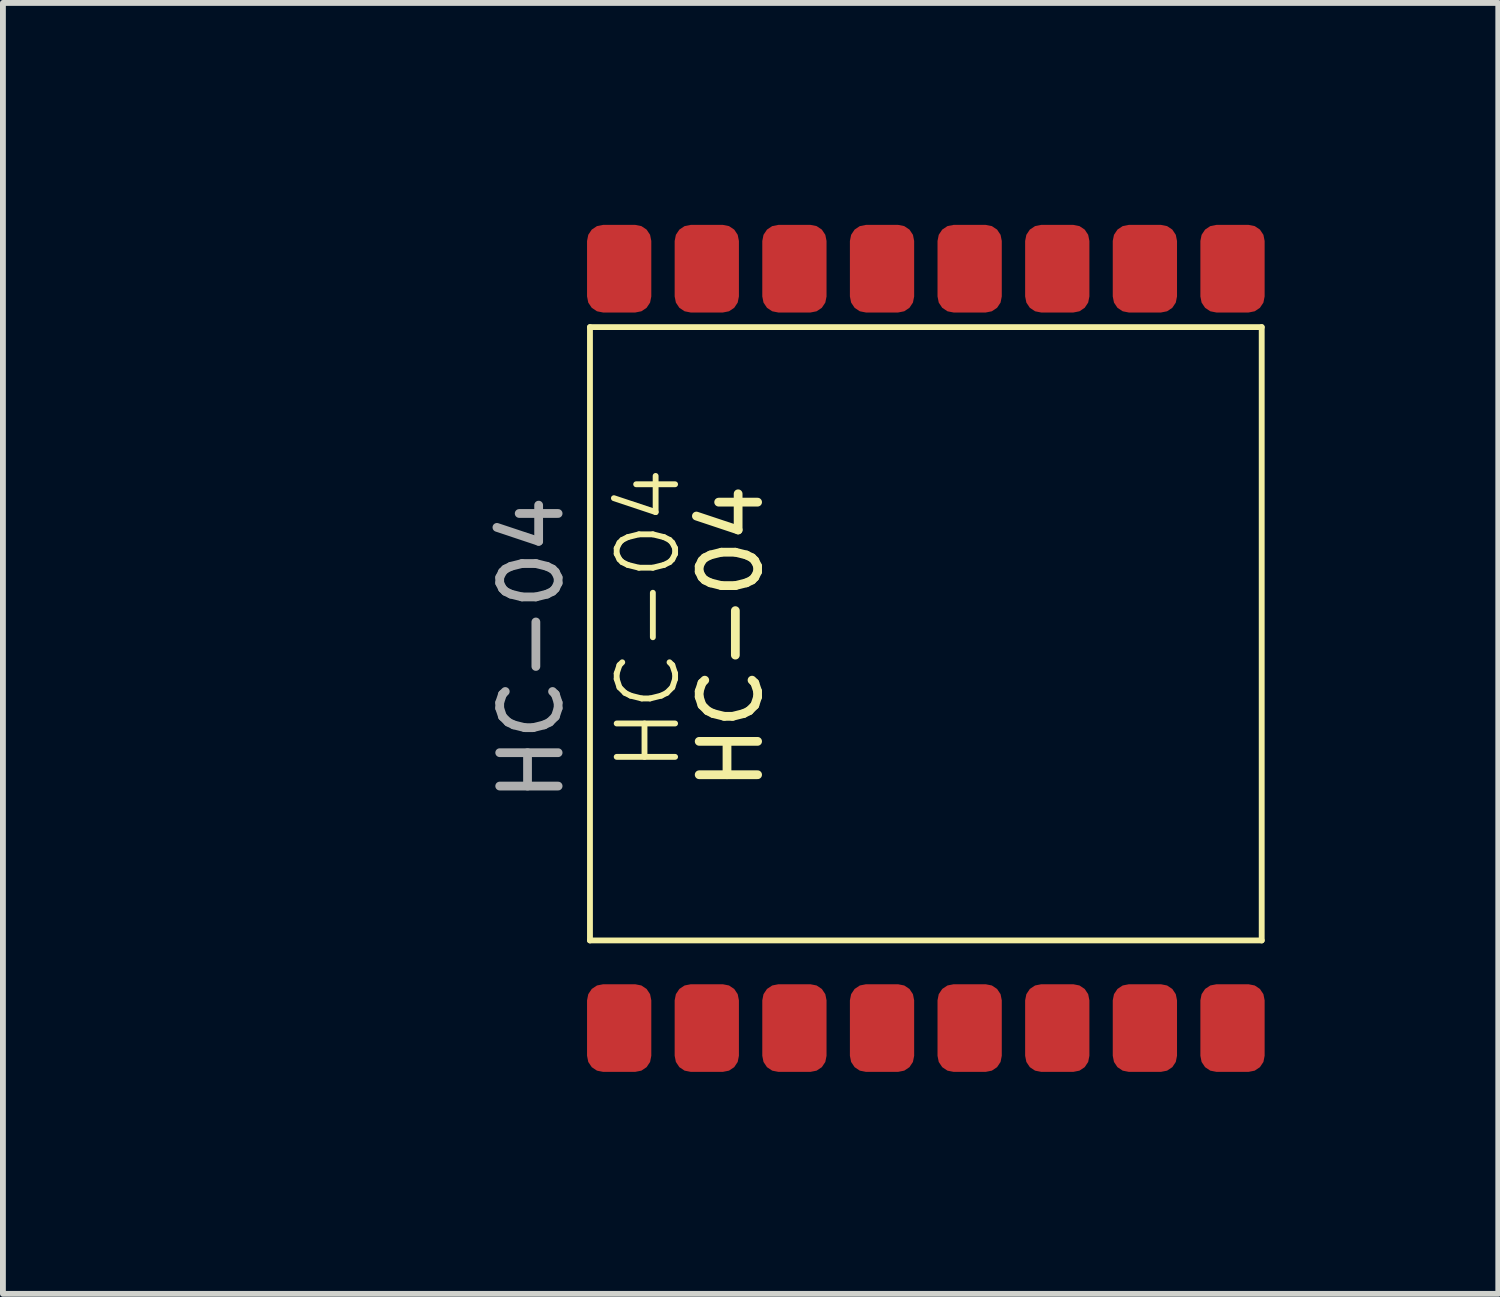
<source format=kicad_pcb>
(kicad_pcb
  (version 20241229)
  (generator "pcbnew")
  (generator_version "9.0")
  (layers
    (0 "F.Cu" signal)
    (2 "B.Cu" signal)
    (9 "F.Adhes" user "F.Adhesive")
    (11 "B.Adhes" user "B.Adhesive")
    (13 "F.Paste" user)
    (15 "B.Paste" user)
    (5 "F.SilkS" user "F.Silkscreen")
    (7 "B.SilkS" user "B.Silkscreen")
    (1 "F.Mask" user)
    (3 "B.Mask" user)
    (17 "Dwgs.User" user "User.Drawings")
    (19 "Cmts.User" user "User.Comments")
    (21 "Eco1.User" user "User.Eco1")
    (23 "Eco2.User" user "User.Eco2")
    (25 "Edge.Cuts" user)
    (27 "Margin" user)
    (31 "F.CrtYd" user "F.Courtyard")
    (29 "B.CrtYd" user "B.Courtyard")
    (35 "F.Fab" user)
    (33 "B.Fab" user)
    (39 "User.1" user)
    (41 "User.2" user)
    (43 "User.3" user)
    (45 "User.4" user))
  (footprint "HC-04"
    (layer "F.Cu")
    (at 0.55 14.55)
    (property "Reference" "HC-04" (at 7.5 -7 90) (unlocked yes) (layer "F.SilkS") (effects (font (size 1 1) (thickness 0.1))))
    (attr smd)
    (fp_line (start 6.5 -12) (end 6.5 -1.5) (stroke (width 0.1) (type default)) (layer "F.SilkS"))
    (fp_line (start 6.5 -12) (end 18 -12) (stroke (width 0.1) (type default)) (layer "F.SilkS"))
    (fp_line (start 6.5 -1.5) (end 18 -1.5) (stroke (width 0.1) (type default)) (layer "F.SilkS"))
    (fp_line (start 18 -12) (end 18 -1.5) (stroke (width 0.1) (type default)) (layer "F.SilkS"))
    (fp_line (start 0 0) (end 0 -13) (stroke (width 0.1) (type default)) (layer "Eco2.User"))
    (fp_line (start 0 0) (end 7 0) (stroke (width 0.1) (type default)) (layer "Eco2.User"))
    (fp_line (start 7 -13) (end 0 -13) (stroke (width 0.1) (type default)) (layer "Eco2.User"))
    (fp_line (start 18.5 -13) (end 18.5 0) (stroke (width 0.1) (type default)) (layer "Eco2.User"))
    (fp_line (start -0.5 -14.5) (end -0.5 1.5) (stroke (width 0.1) (type default)) (layer "Margin"))
    (fp_line (start -0.5 1.5) (end 6.5 1.5) (stroke (width 0.1) (type default)) (layer "Margin"))
    (fp_line (start 6.5 -14.5) (end -0.5 -14.5) (stroke (width 0.1) (type default)) (layer "Margin"))
    (fp_line (start 6.5 -14.5) (end 19 -14.5) (stroke (width 0.1) (type default)) (layer "Margin"))
    (fp_line (start 19 -14.5) (end 19 1.5) (stroke (width 0.1) (type default)) (layer "Margin"))
    (fp_line (start 19 1.5) (end 6.5 1.5) (stroke (width 0.1) (type default)) (layer "Margin"))
    (fp_text user "HC-04" (at 9.5 -4 90) (unlocked yes) (layer "F.SilkS") (effects (font (size 1 1) (thickness 0.15)) (justify left bottom)))
    (fp_text user "${REFERENCE}" (at 5.5 -6.5 90) (unlocked yes) (layer "F.Fab") (effects (font (size 1 1) (thickness 0.15))))
    (pad "1" smd roundrect (at 7 0 90) (size 1.5 1.1) (layers "F.Cu" "F.Mask" "F.Paste") (roundrect_rratio 0.25))
    (pad "2" smd roundrect (at 8.5 0 90) (size 1.5 1.1) (layers "F.Cu" "F.Mask" "F.Paste") (roundrect_rratio 0.25))
    (pad "3" smd roundrect (at 10 0 90) (size 1.5 1.1) (layers "F.Cu" "F.Mask" "F.Paste") (roundrect_rratio 0.25))
    (pad "4" smd roundrect (at 11.5 0 90) (size 1.5 1.1) (layers "F.Cu" "F.Mask" "F.Paste") (roundrect_rratio 0.25))
    (pad "5" smd roundrect (at 13 0 90) (size 1.5 1.1) (layers "F.Cu" "F.Mask" "F.Paste") (roundrect_rratio 0.25))
    (pad "6" smd roundrect (at 14.5 0 90) (size 1.5 1.1) (layers "F.Cu" "F.Mask" "F.Paste") (roundrect_rratio 0.25))
    (pad "7" smd roundrect (at 16 0 90) (size 1.5 1.1) (layers "F.Cu" "F.Mask" "F.Paste") (roundrect_rratio 0.25))
    (pad "8" smd roundrect (at 17.5 0 90) (size 1.5 1.1) (layers "F.Cu" "F.Mask" "F.Paste") (roundrect_rratio 0.25))
    (pad "9" smd roundrect (at 17.5 -13 90) (size 1.5 1.1) (layers "F.Cu" "F.Mask" "F.Paste") (roundrect_rratio 0.25))
    (pad "10" smd roundrect (at 16 -13 90) (size 1.5 1.1) (layers "F.Cu" "F.Mask" "F.Paste") (roundrect_rratio 0.25))
    (pad "11" smd roundrect (at 14.5 -13 90) (size 1.5 1.1) (layers "F.Cu" "F.Mask" "F.Paste") (roundrect_rratio 0.25))
    (pad "12" smd roundrect (at 13 -13 90) (size 1.5 1.1) (layers "F.Cu" "F.Mask" "F.Paste") (roundrect_rratio 0.25))
    (pad "13" smd roundrect (at 11.5 -13 90) (size 1.5 1.1) (layers "F.Cu" "F.Mask" "F.Paste") (roundrect_rratio 0.25))
    (pad "14" smd roundrect (at 10 -13 90) (size 1.5 1.1) (layers "F.Cu" "F.Mask" "F.Paste") (roundrect_rratio 0.25))
    (pad "15" smd roundrect (at 8.5 -13 90) (size 1.5 1.1) (layers "F.Cu" "F.Mask" "F.Paste") (roundrect_rratio 0.25))
    (pad "16" smd roundrect (at 7 -13 90) (size 1.5 1.1) (layers "F.Cu" "F.Mask" "F.Paste") (roundrect_rratio 0.25)))
  (gr_rect
    (start -3 -3)
    (end 22.6 19.1)
    (stroke (width 0.1) (type default))
    (fill no)
    (layer "Edge.Cuts")))
</source>
